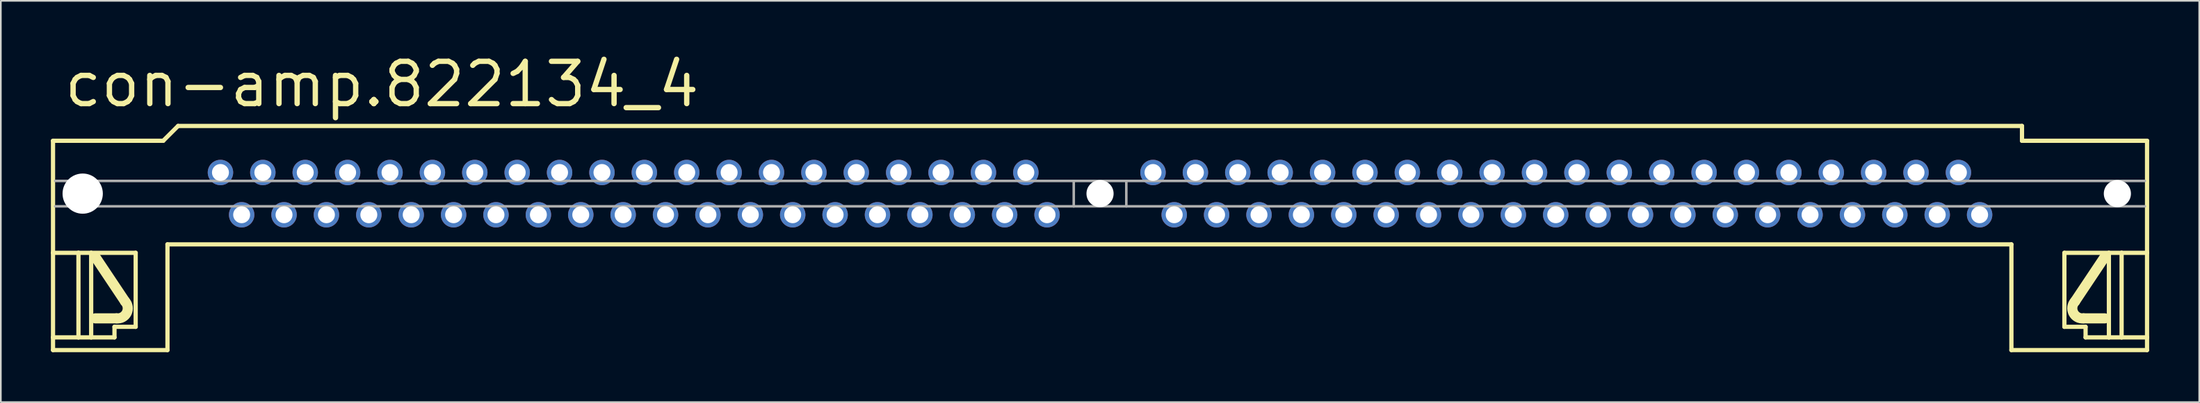
<source format=kicad_pcb>
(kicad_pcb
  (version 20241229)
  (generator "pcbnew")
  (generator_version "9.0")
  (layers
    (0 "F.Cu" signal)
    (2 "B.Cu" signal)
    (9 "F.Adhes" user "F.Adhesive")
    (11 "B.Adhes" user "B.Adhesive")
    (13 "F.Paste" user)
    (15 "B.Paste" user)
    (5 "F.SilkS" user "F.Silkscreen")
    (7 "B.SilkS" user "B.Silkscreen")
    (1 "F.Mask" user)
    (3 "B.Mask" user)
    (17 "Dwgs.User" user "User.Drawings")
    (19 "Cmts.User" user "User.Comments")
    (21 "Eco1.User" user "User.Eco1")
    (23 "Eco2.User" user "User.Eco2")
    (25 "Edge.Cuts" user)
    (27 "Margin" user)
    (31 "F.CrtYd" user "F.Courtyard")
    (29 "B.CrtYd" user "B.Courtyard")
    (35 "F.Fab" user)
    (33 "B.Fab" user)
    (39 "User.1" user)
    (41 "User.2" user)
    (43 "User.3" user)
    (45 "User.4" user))
  (footprint "con-amp.822134_4"
    (layer "F.Cu")
    (at 62.865 8.58)
    (property "Reference" "con-amp.822134_4" (at -62.23 -5.08 0) (layer "F.SilkS") (effects (font (size 2.54 2.54) (thickness 0.32)) (justify left bottom)))
    (attr through_hole)
    (fp_line (start -62.738 -3.175) (end -56.134 -3.175) (stroke (width 0.254) (type default)) (layer "F.SilkS"))
    (fp_line (start -62.738 3.556) (end -62.738 -3.175) (stroke (width 0.254) (type default)) (layer "F.SilkS"))
    (fp_line (start -62.738 3.556) (end -61.214 3.556) (stroke (width 0.254) (type default)) (layer "F.SilkS"))
    (fp_line (start -62.738 8.636) (end -62.738 3.556) (stroke (width 0.254) (type default)) (layer "F.SilkS"))
    (fp_line (start -62.738 8.636) (end -61.214 8.636) (stroke (width 0.254) (type default)) (layer "F.SilkS"))
    (fp_line (start -62.738 9.398) (end -62.738 8.636) (stroke (width 0.254) (type default)) (layer "F.SilkS"))
    (fp_line (start -62.738 9.398) (end -55.88 9.398) (stroke (width 0.254) (type default)) (layer "F.SilkS"))
    (fp_line (start -61.214 3.556) (end -60.452 3.556) (stroke (width 0.254) (type default)) (layer "F.SilkS"))
    (fp_line (start -61.214 8.636) (end -61.214 3.556) (stroke (width 0.254) (type default)) (layer "F.SilkS"))
    (fp_line (start -61.214 8.636) (end -60.452 8.636) (stroke (width 0.254) (type default)) (layer "F.SilkS"))
    (fp_line (start -60.452 3.556) (end -57.785 3.556) (stroke (width 0.254) (type default)) (layer "F.SilkS"))
    (fp_line (start -60.452 8.636) (end -60.452 3.556) (stroke (width 0.254) (type default)) (layer "F.SilkS"))
    (fp_line (start -60.452 8.636) (end -59.055 8.636) (stroke (width 0.254) (type default)) (layer "F.SilkS"))
    (fp_line (start -59.055 8.001) (end -59.055 8.636) (stroke (width 0.254) (type default)) (layer "F.SilkS"))
    (fp_line (start -58.928 7.493) (end -60.198 7.493) (stroke (width 0.61) (type default)) (layer "F.SilkS"))
    (fp_line (start -58.42 6.477) (end -60.198 3.81) (stroke (width 0.61) (type default)) (layer "F.SilkS"))
    (fp_line (start -57.785 3.556) (end -57.785 8.001) (stroke (width 0.254) (type default)) (layer "F.SilkS"))
    (fp_line (start -57.785 8.001) (end -59.055 8.001) (stroke (width 0.254) (type default)) (layer "F.SilkS"))
    (fp_line (start -56.134 -3.175) (end -55.245 -4.064) (stroke (width 0.254) (type default)) (layer "F.SilkS"))
    (fp_line (start -55.88 3.048) (end -55.88 9.398) (stroke (width 0.254) (type default)) (layer "F.SilkS"))
    (fp_line (start -55.88 3.048) (end 54.61 3.048) (stroke (width 0.254) (type default)) (layer "F.SilkS"))
    (fp_line (start 54.61 3.048) (end 54.61 9.398) (stroke (width 0.254) (type default)) (layer "F.SilkS"))
    (fp_line (start 55.245 -4.064) (end -55.245 -4.064) (stroke (width 0.254) (type default)) (layer "F.SilkS"))
    (fp_line (start 55.245 -3.175) (end 55.245 -4.064) (stroke (width 0.254) (type default)) (layer "F.SilkS"))
    (fp_line (start 57.785 3.556) (end 57.785 8.001) (stroke (width 0.254) (type default)) (layer "F.SilkS"))
    (fp_line (start 57.785 8.001) (end 59.055 8.001) (stroke (width 0.254) (type default)) (layer "F.SilkS"))
    (fp_line (start 58.42 6.477) (end 60.198 3.81) (stroke (width 0.61) (type default)) (layer "F.SilkS"))
    (fp_line (start 58.928 7.493) (end 60.198 7.493) (stroke (width 0.61) (type default)) (layer "F.SilkS"))
    (fp_line (start 59.055 8.001) (end 59.055 8.636) (stroke (width 0.254) (type default)) (layer "F.SilkS"))
    (fp_line (start 60.452 3.556) (end 57.785 3.556) (stroke (width 0.254) (type default)) (layer "F.SilkS"))
    (fp_line (start 60.452 8.636) (end 59.055 8.636) (stroke (width 0.254) (type default)) (layer "F.SilkS"))
    (fp_line (start 60.452 8.636) (end 60.452 3.556) (stroke (width 0.254) (type default)) (layer "F.SilkS"))
    (fp_line (start 61.214 3.556) (end 60.452 3.556) (stroke (width 0.254) (type default)) (layer "F.SilkS"))
    (fp_line (start 61.214 8.636) (end 60.452 8.636) (stroke (width 0.254) (type default)) (layer "F.SilkS"))
    (fp_line (start 61.214 8.636) (end 61.214 3.556) (stroke (width 0.254) (type default)) (layer "F.SilkS"))
    (fp_line (start 62.738 -3.175) (end 55.245 -3.175) (stroke (width 0.254) (type default)) (layer "F.SilkS"))
    (fp_line (start 62.738 3.556) (end 61.214 3.556) (stroke (width 0.254) (type default)) (layer "F.SilkS"))
    (fp_line (start 62.738 3.556) (end 62.738 -3.175) (stroke (width 0.254) (type default)) (layer "F.SilkS"))
    (fp_line (start 62.738 8.636) (end 61.214 8.636) (stroke (width 0.254) (type default)) (layer "F.SilkS"))
    (fp_line (start 62.738 8.636) (end 62.738 3.556) (stroke (width 0.254) (type default)) (layer "F.SilkS"))
    (fp_line (start 62.738 9.398) (end 54.61 9.398) (stroke (width 0.254) (type default)) (layer "F.SilkS"))
    (fp_line (start 62.738 9.398) (end 62.738 8.636) (stroke (width 0.254) (type default)) (layer "F.SilkS"))
    (fp_arc (start -58.4199 6.4769) (mid -58.321891 7.160997) (end -58.928 7.493) (stroke (width 0.6096) (type default)) (layer "F.SilkS"))
    (fp_arc (start 58.928 7.4929) (mid 58.322003 7.160966) (end 58.42 6.477) (stroke (width 0.6096) (type default)) (layer "F.SilkS"))
    (fp_line (start -62.611 -0.762) (end -1.575 -0.762) (stroke (width 0.152) (type default)) (layer "F.Fab"))
    (fp_line (start -62.611 0.762) (end -1.575 0.762) (stroke (width 0.152) (type default)) (layer "F.Fab"))
    (fp_line (start -1.575 -0.762) (end 1.575 -0.762) (stroke (width 0.152) (type default)) (layer "F.Fab"))
    (fp_line (start -1.575 0.762) (end -1.575 -0.762) (stroke (width 0.152) (type default)) (layer "F.Fab"))
    (fp_line (start -1.575 0.762) (end 1.575 0.762) (stroke (width 0.152) (type default)) (layer "F.Fab"))
    (fp_line (start 1.575 0.762) (end 1.575 -0.762) (stroke (width 0.152) (type default)) (layer "F.Fab"))
    (fp_line (start 62.611 -0.762) (end 1.575 -0.762) (stroke (width 0.152) (type default)) (layer "F.Fab"))
    (fp_line (start 62.611 0.762) (end 1.575 0.762) (stroke (width 0.152) (type default)) (layer "F.Fab"))
    (pad "" np_thru_hole circle (at -60.96 0) (size 2.413 2.413) (drill 2.413) (layers "*.Cu" "*.Mask"))
    (pad "" np_thru_hole circle (at 0 0) (size 1.626 1.626) (drill 1.626) (layers "*.Cu" "*.Mask"))
    (pad "" np_thru_hole circle (at 60.96 0) (size 1.626 1.626) (drill 1.626) (layers "*.Cu" "*.Mask"))
    (pad "1" thru_hole circle (at 52.705 1.27) (size 1.524 1.524) (drill 1.016) (layers "*.Cu" "*.Mask"))
    (pad "2" thru_hole circle (at 51.435 -1.27) (size 1.524 1.524) (drill 1.016) (layers "*.Cu" "*.Mask"))
    (pad "3" thru_hole circle (at 50.165 1.27) (size 1.524 1.524) (drill 1.016) (layers "*.Cu" "*.Mask"))
    (pad "4" thru_hole circle (at 48.895 -1.27) (size 1.524 1.524) (drill 1.016) (layers "*.Cu" "*.Mask"))
    (pad "5" thru_hole circle (at 47.625 1.27) (size 1.524 1.524) (drill 1.016) (layers "*.Cu" "*.Mask"))
    (pad "6" thru_hole circle (at 46.355 -1.27) (size 1.524 1.524) (drill 1.016) (layers "*.Cu" "*.Mask"))
    (pad "7" thru_hole circle (at 45.085 1.27) (size 1.524 1.524) (drill 1.016) (layers "*.Cu" "*.Mask"))
    (pad "8" thru_hole circle (at 43.815 -1.27) (size 1.524 1.524) (drill 1.016) (layers "*.Cu" "*.Mask"))
    (pad "9" thru_hole circle (at 42.545 1.27) (size 1.524 1.524) (drill 1.016) (layers "*.Cu" "*.Mask"))
    (pad "10" thru_hole circle (at 41.275 -1.27) (size 1.524 1.524) (drill 1.016) (layers "*.Cu" "*.Mask"))
    (pad "11" thru_hole circle (at 40.005 1.27) (size 1.524 1.524) (drill 1.016) (layers "*.Cu" "*.Mask"))
    (pad "12" thru_hole circle (at 38.735 -1.27) (size 1.524 1.524) (drill 1.016) (layers "*.Cu" "*.Mask"))
    (pad "13" thru_hole circle (at 37.465 1.27) (size 1.524 1.524) (drill 1.016) (layers "*.Cu" "*.Mask"))
    (pad "14" thru_hole circle (at 36.195 -1.27) (size 1.524 1.524) (drill 1.016) (layers "*.Cu" "*.Mask"))
    (pad "15" thru_hole circle (at 34.925 1.27) (size 1.524 1.524) (drill 1.016) (layers "*.Cu" "*.Mask"))
    (pad "16" thru_hole circle (at 33.655 -1.27) (size 1.524 1.524) (drill 1.016) (layers "*.Cu" "*.Mask"))
    (pad "17" thru_hole circle (at 32.385 1.27) (size 1.524 1.524) (drill 1.016) (layers "*.Cu" "*.Mask"))
    (pad "18" thru_hole circle (at 31.115 -1.27) (size 1.524 1.524) (drill 1.016) (layers "*.Cu" "*.Mask"))
    (pad "19" thru_hole circle (at 29.845 1.27) (size 1.524 1.524) (drill 1.016) (layers "*.Cu" "*.Mask"))
    (pad "20" thru_hole circle (at 28.575 -1.27) (size 1.524 1.524) (drill 1.016) (layers "*.Cu" "*.Mask"))
    (pad "21" thru_hole circle (at 27.305 1.27) (size 1.524 1.524) (drill 1.016) (layers "*.Cu" "*.Mask"))
    (pad "22" thru_hole circle (at 26.035 -1.27) (size 1.524 1.524) (drill 1.016) (layers "*.Cu" "*.Mask"))
    (pad "23" thru_hole circle (at 24.765 1.27) (size 1.524 1.524) (drill 1.016) (layers "*.Cu" "*.Mask"))
    (pad "24" thru_hole circle (at 23.495 -1.27) (size 1.524 1.524) (drill 1.016) (layers "*.Cu" "*.Mask"))
    (pad "25" thru_hole circle (at 22.225 1.27) (size 1.524 1.524) (drill 1.016) (layers "*.Cu" "*.Mask"))
    (pad "26" thru_hole circle (at 20.955 -1.27) (size 1.524 1.524) (drill 1.016) (layers "*.Cu" "*.Mask"))
    (pad "27" thru_hole circle (at 19.685 1.27) (size 1.524 1.524) (drill 1.016) (layers "*.Cu" "*.Mask"))
    (pad "28" thru_hole circle (at 18.415 -1.27) (size 1.524 1.524) (drill 1.016) (layers "*.Cu" "*.Mask"))
    (pad "29" thru_hole circle (at 17.145 1.27) (size 1.524 1.524) (drill 1.016) (layers "*.Cu" "*.Mask"))
    (pad "30" thru_hole circle (at 15.875 -1.27) (size 1.524 1.524) (drill 1.016) (layers "*.Cu" "*.Mask"))
    (pad "31" thru_hole circle (at 14.605 1.27) (size 1.524 1.524) (drill 1.016) (layers "*.Cu" "*.Mask"))
    (pad "32" thru_hole circle (at 13.335 -1.27) (size 1.524 1.524) (drill 1.016) (layers "*.Cu" "*.Mask"))
    (pad "33" thru_hole circle (at 12.065 1.27) (size 1.524 1.524) (drill 1.016) (layers "*.Cu" "*.Mask"))
    (pad "34" thru_hole circle (at 10.795 -1.27) (size 1.524 1.524) (drill 1.016) (layers "*.Cu" "*.Mask"))
    (pad "35" thru_hole circle (at 9.525 1.27) (size 1.524 1.524) (drill 1.016) (layers "*.Cu" "*.Mask"))
    (pad "36" thru_hole circle (at 8.255 -1.27) (size 1.524 1.524) (drill 1.016) (layers "*.Cu" "*.Mask"))
    (pad "37" thru_hole circle (at 6.985 1.27) (size 1.524 1.524) (drill 1.016) (layers "*.Cu" "*.Mask"))
    (pad "38" thru_hole circle (at 5.715 -1.27) (size 1.524 1.524) (drill 1.016) (layers "*.Cu" "*.Mask"))
    (pad "39" thru_hole circle (at 4.445 1.27) (size 1.524 1.524) (drill 1.016) (layers "*.Cu" "*.Mask"))
    (pad "40" thru_hole circle (at 3.175 -1.27) (size 1.524 1.524) (drill 1.016) (layers "*.Cu" "*.Mask"))
    (pad "41" thru_hole circle (at -3.175 1.27) (size 1.524 1.524) (drill 1.016) (layers "*.Cu" "*.Mask"))
    (pad "42" thru_hole circle (at -4.445 -1.27) (size 1.524 1.524) (drill 1.016) (layers "*.Cu" "*.Mask"))
    (pad "43" thru_hole circle (at -5.715 1.27) (size 1.524 1.524) (drill 1.016) (layers "*.Cu" "*.Mask"))
    (pad "44" thru_hole circle (at -6.985 -1.27) (size 1.524 1.524) (drill 1.016) (layers "*.Cu" "*.Mask"))
    (pad "45" thru_hole circle (at -8.255 1.27) (size 1.524 1.524) (drill 1.016) (layers "*.Cu" "*.Mask"))
    (pad "46" thru_hole circle (at -9.525 -1.27) (size 1.524 1.524) (drill 1.016) (layers "*.Cu" "*.Mask"))
    (pad "47" thru_hole circle (at -10.795 1.27) (size 1.524 1.524) (drill 1.016) (layers "*.Cu" "*.Mask"))
    (pad "48" thru_hole circle (at -12.065 -1.27) (size 1.524 1.524) (drill 1.016) (layers "*.Cu" "*.Mask"))
    (pad "49" thru_hole circle (at -13.335 1.27) (size 1.524 1.524) (drill 1.016) (layers "*.Cu" "*.Mask"))
    (pad "50" thru_hole circle (at -14.605 -1.27) (size 1.524 1.524) (drill 1.016) (layers "*.Cu" "*.Mask"))
    (pad "51" thru_hole circle (at -15.875 1.27) (size 1.524 1.524) (drill 1.016) (layers "*.Cu" "*.Mask"))
    (pad "52" thru_hole circle (at -17.145 -1.27) (size 1.524 1.524) (drill 1.016) (layers "*.Cu" "*.Mask"))
    (pad "53" thru_hole circle (at -18.415 1.27) (size 1.524 1.524) (drill 1.016) (layers "*.Cu" "*.Mask"))
    (pad "54" thru_hole circle (at -19.685 -1.27) (size 1.524 1.524) (drill 1.016) (layers "*.Cu" "*.Mask"))
    (pad "55" thru_hole circle (at -20.955 1.27) (size 1.524 1.524) (drill 1.016) (layers "*.Cu" "*.Mask"))
    (pad "56" thru_hole circle (at -22.225 -1.27) (size 1.524 1.524) (drill 1.016) (layers "*.Cu" "*.Mask"))
    (pad "57" thru_hole circle (at -23.495 1.27) (size 1.524 1.524) (drill 1.016) (layers "*.Cu" "*.Mask"))
    (pad "58" thru_hole circle (at -24.765 -1.27) (size 1.524 1.524) (drill 1.016) (layers "*.Cu" "*.Mask"))
    (pad "59" thru_hole circle (at -26.035 1.27) (size 1.524 1.524) (drill 1.016) (layers "*.Cu" "*.Mask"))
    (pad "60" thru_hole circle (at -27.305 -1.27) (size 1.524 1.524) (drill 1.016) (layers "*.Cu" "*.Mask"))
    (pad "61" thru_hole circle (at -28.575 1.27) (size 1.524 1.524) (drill 1.016) (layers "*.Cu" "*.Mask"))
    (pad "62" thru_hole circle (at -29.845 -1.27) (size 1.524 1.524) (drill 1.016) (layers "*.Cu" "*.Mask"))
    (pad "63" thru_hole circle (at -31.115 1.27) (size 1.524 1.524) (drill 1.016) (layers "*.Cu" "*.Mask"))
    (pad "64" thru_hole circle (at -32.385 -1.27) (size 1.524 1.524) (drill 1.016) (layers "*.Cu" "*.Mask"))
    (pad "65" thru_hole circle (at -33.655 1.27) (size 1.524 1.524) (drill 1.016) (layers "*.Cu" "*.Mask"))
    (pad "66" thru_hole circle (at -34.925 -1.27) (size 1.524 1.524) (drill 1.016) (layers "*.Cu" "*.Mask"))
    (pad "67" thru_hole circle (at -36.195 1.27) (size 1.524 1.524) (drill 1.016) (layers "*.Cu" "*.Mask"))
    (pad "68" thru_hole circle (at -37.465 -1.27) (size 1.524 1.524) (drill 1.016) (layers "*.Cu" "*.Mask"))
    (pad "69" thru_hole circle (at -38.735 1.27) (size 1.524 1.524) (drill 1.016) (layers "*.Cu" "*.Mask"))
    (pad "70" thru_hole circle (at -40.005 -1.27) (size 1.524 1.524) (drill 1.016) (layers "*.Cu" "*.Mask"))
    (pad "71" thru_hole circle (at -41.275 1.27) (size 1.524 1.524) (drill 1.016) (layers "*.Cu" "*.Mask"))
    (pad "72" thru_hole circle (at -42.545 -1.27) (size 1.524 1.524) (drill 1.016) (layers "*.Cu" "*.Mask"))
    (pad "73" thru_hole circle (at -43.815 1.27) (size 1.524 1.524) (drill 1.016) (layers "*.Cu" "*.Mask"))
    (pad "74" thru_hole circle (at -45.085 -1.27) (size 1.524 1.524) (drill 1.016) (layers "*.Cu" "*.Mask"))
    (pad "75" thru_hole circle (at -46.355 1.27) (size 1.524 1.524) (drill 1.016) (layers "*.Cu" "*.Mask"))
    (pad "76" thru_hole circle (at -47.625 -1.27) (size 1.524 1.524) (drill 1.016) (layers "*.Cu" "*.Mask"))
    (pad "77" thru_hole circle (at -48.895 1.27) (size 1.524 1.524) (drill 1.016) (layers "*.Cu" "*.Mask"))
    (pad "78" thru_hole circle (at -50.165 -1.27) (size 1.524 1.524) (drill 1.016) (layers "*.Cu" "*.Mask"))
    (pad "79" thru_hole circle (at -51.435 1.27) (size 1.524 1.524) (drill 1.016) (layers "*.Cu" "*.Mask"))
    (pad "80" thru_hole circle (at -52.705 -1.27) (size 1.524 1.524) (drill 1.016) (layers "*.Cu" "*.Mask")))
  (gr_rect
    (start -3 -3)
    (end 128.73 21.105)
    (stroke (width 0.1) (type default))
    (fill no)
    (layer "Edge.Cuts")))
</source>
